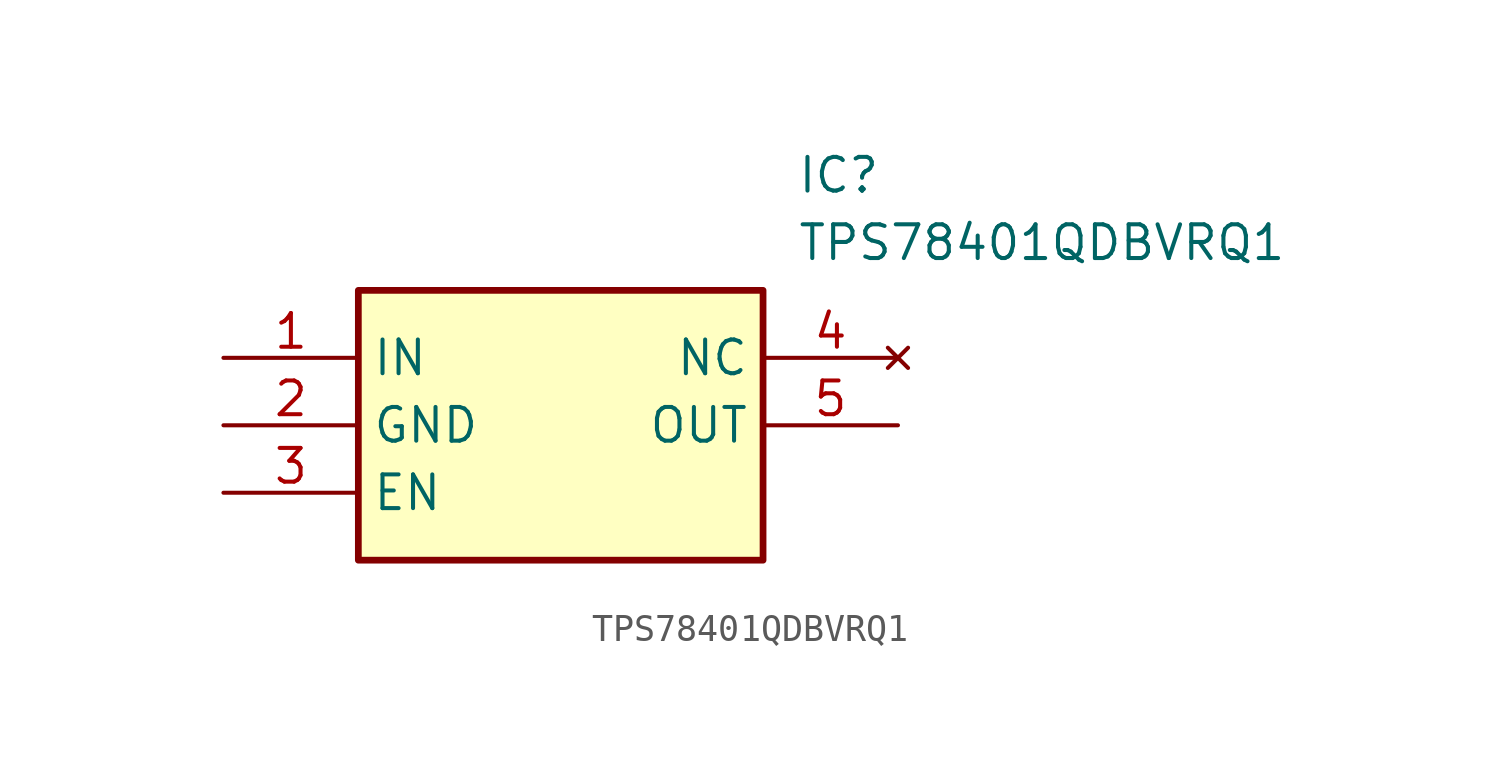
<source format=kicad_sym>
(kicad_symbol_lib
  (version 20211014)
  (generator SamacSys_ECAD_Model)
  (symbol "TPS78401QDBVRQ1"
    (property "Reference" "IC"
      (at 21.59 7.62 0)
      (effects (font (size 1.27 1.27)) (justify left top)))
    (property "Value" "TPS78401QDBVRQ1"
      (at 21.59 5.08 0)
      (effects (font (size 1.27 1.27)) (justify left top)))
    (rectangle
      (start 5.08 2.54)
      (end 20.32 -7.62)
      (stroke (width 0.254) (type default))
      (fill (type background)))
    (pin passive line
      (at 0 0 0)
      (length 5.08)
      (name "IN" (effects (font (size 1.27 1.27))))
      (number "1" (effects (font (size 1.27 1.27)))))
    (pin passive line
      (at 0 -2.54 0)
      (length 5.08)
      (name "GND" (effects (font (size 1.27 1.27))))
      (number "2" (effects (font (size 1.27 1.27)))))
    (pin passive line
      (at 0 -5.08 0)
      (length 5.08)
      (name "EN" (effects (font (size 1.27 1.27))))
      (number "3" (effects (font (size 1.27 1.27)))))
    (pin no_connect line
      (at 25.4 0 180)
      (length 5.08)
      (name "NC" (effects (font (size 1.27 1.27))))
      (number "4" (effects (font (size 1.27 1.27)))))
    (pin passive line
      (at 25.4 -2.54 180)
      (length 5.08)
      (name "OUT" (effects (font (size 1.27 1.27))))
      (number "5" (effects (font (size 1.27 1.27)))))))
</source>
